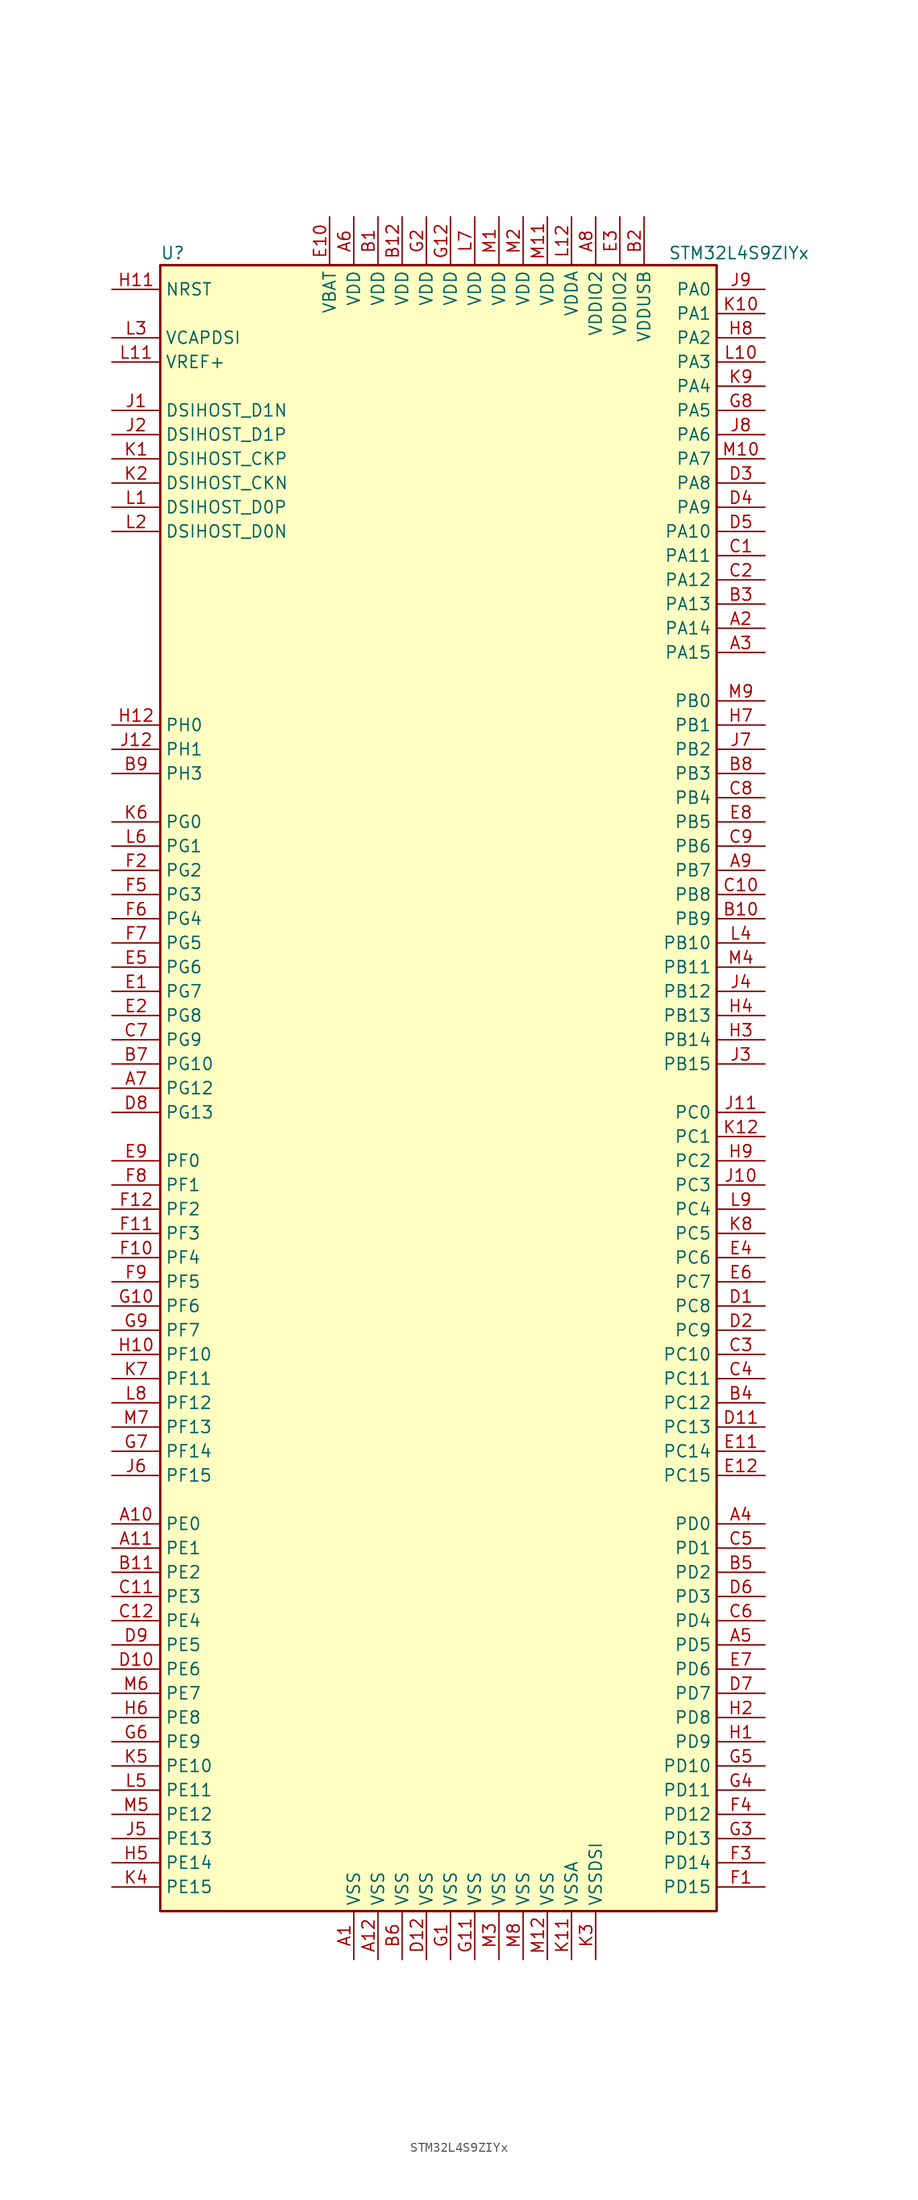
<source format=kicad_sym>
(kicad_symbol_lib
  (version 20201005)
  (generator kicad_symbol_editor)
  (symbol "STM32L4S9ZIYx"
    (property "Reference" "U"
      (at -30.48 87.63 0)
      (effects (font (size 1.27 1.27)) (justify left)))
    (property "Value" "STM32L4S9ZIYx"
      (at 22.86 87.63 0)
      (effects (font (size 1.27 1.27)) (justify left)))
    (symbol "STM32L4S9ZIYx_0_1"
      (rectangle (start -30.48 -86.36) (end 27.94 86.36) (stroke (width 0.254)) (fill (type background))))
    (symbol "STM32L4S9ZIYx_1_1"
      (pin power_in line (at -10.16 -91.44 90) (length 5.08) (name "VSS" (effects (font (size 1.27 1.27)))) (number "A1" (effects (font (size 1.27 1.27)))))
      (pin bidirectional line (at -35.56 -45.72 0) (length 5.08) (name "PE0" (effects (font (size 1.27 1.27)))) (number "A10" (effects (font (size 1.27 1.27)))))
      (pin bidirectional line (at -35.56 -48.26 0) (length 5.08) (name "PE1" (effects (font (size 1.27 1.27)))) (number "A11" (effects (font (size 1.27 1.27)))))
      (pin power_in line (at -7.62 -91.44 90) (length 5.08) (name "VSS" (effects (font (size 1.27 1.27)))) (number "A12" (effects (font (size 1.27 1.27)))))
      (pin bidirectional line (at 33.02 48.26 180) (length 5.08) (name "PA14" (effects (font (size 1.27 1.27)))) (number "A2" (effects (font (size 1.27 1.27)))))
      (pin bidirectional line (at 33.02 45.72 180) (length 5.08) (name "PA15" (effects (font (size 1.27 1.27)))) (number "A3" (effects (font (size 1.27 1.27)))))
      (pin bidirectional line (at 33.02 -45.72 180) (length 5.08) (name "PD0" (effects (font (size 1.27 1.27)))) (number "A4" (effects (font (size 1.27 1.27)))))
      (pin bidirectional line (at 33.02 -58.42 180) (length 5.08) (name "PD5" (effects (font (size 1.27 1.27)))) (number "A5" (effects (font (size 1.27 1.27)))))
      (pin power_in line (at -10.16 91.44 270) (length 5.08) (name "VDD" (effects (font (size 1.27 1.27)))) (number "A6" (effects (font (size 1.27 1.27)))))
      (pin bidirectional line (at -35.56 0 0) (length 5.08) (name "PG12" (effects (font (size 1.27 1.27)))) (number "A7" (effects (font (size 1.27 1.27)))))
      (pin power_in line (at 15.24 91.44 270) (length 5.08) (name "VDDIO2" (effects (font (size 1.27 1.27)))) (number "A8" (effects (font (size 1.27 1.27)))))
      (pin bidirectional line (at 33.02 22.86 180) (length 5.08) (name "PB7" (effects (font (size 1.27 1.27)))) (number "A9" (effects (font (size 1.27 1.27)))))
      (pin power_in line (at -7.62 91.44 270) (length 5.08) (name "VDD" (effects (font (size 1.27 1.27)))) (number "B1" (effects (font (size 1.27 1.27)))))
      (pin bidirectional line (at 33.02 17.78 180) (length 5.08) (name "PB9" (effects (font (size 1.27 1.27)))) (number "B10" (effects (font (size 1.27 1.27)))))
      (pin bidirectional line (at -35.56 -50.8 0) (length 5.08) (name "PE2" (effects (font (size 1.27 1.27)))) (number "B11" (effects (font (size 1.27 1.27)))))
      (pin power_in line (at -5.08 91.44 270) (length 5.08) (name "VDD" (effects (font (size 1.27 1.27)))) (number "B12" (effects (font (size 1.27 1.27)))))
      (pin power_in line (at 20.32 91.44 270) (length 5.08) (name "VDDUSB" (effects (font (size 1.27 1.27)))) (number "B2" (effects (font (size 1.27 1.27)))))
      (pin bidirectional line (at 33.02 50.8 180) (length 5.08) (name "PA13" (effects (font (size 1.27 1.27)))) (number "B3" (effects (font (size 1.27 1.27)))))
      (pin bidirectional line (at 33.02 -33.02 180) (length 5.08) (name "PC12" (effects (font (size 1.27 1.27)))) (number "B4" (effects (font (size 1.27 1.27)))))
      (pin bidirectional line (at 33.02 -50.8 180) (length 5.08) (name "PD2" (effects (font (size 1.27 1.27)))) (number "B5" (effects (font (size 1.27 1.27)))))
      (pin power_in line (at -5.08 -91.44 90) (length 5.08) (name "VSS" (effects (font (size 1.27 1.27)))) (number "B6" (effects (font (size 1.27 1.27)))))
      (pin bidirectional line (at -35.56 2.54 0) (length 5.08) (name "PG10" (effects (font (size 1.27 1.27)))) (number "B7" (effects (font (size 1.27 1.27)))))
      (pin bidirectional line (at 33.02 33.02 180) (length 5.08) (name "PB3" (effects (font (size 1.27 1.27)))) (number "B8" (effects (font (size 1.27 1.27)))))
      (pin bidirectional line (at -35.56 33.02 0) (length 5.08) (name "PH3" (effects (font (size 1.27 1.27)))) (number "B9" (effects (font (size 1.27 1.27)))))
      (pin bidirectional line (at 33.02 55.88 180) (length 5.08) (name "PA11" (effects (font (size 1.27 1.27)))) (number "C1" (effects (font (size 1.27 1.27)))))
      (pin bidirectional line (at 33.02 20.32 180) (length 5.08) (name "PB8" (effects (font (size 1.27 1.27)))) (number "C10" (effects (font (size 1.27 1.27)))))
      (pin bidirectional line (at -35.56 -53.34 0) (length 5.08) (name "PE3" (effects (font (size 1.27 1.27)))) (number "C11" (effects (font (size 1.27 1.27)))))
      (pin bidirectional line (at -35.56 -55.88 0) (length 5.08) (name "PE4" (effects (font (size 1.27 1.27)))) (number "C12" (effects (font (size 1.27 1.27)))))
      (pin bidirectional line (at 33.02 53.34 180) (length 5.08) (name "PA12" (effects (font (size 1.27 1.27)))) (number "C2" (effects (font (size 1.27 1.27)))))
      (pin bidirectional line (at 33.02 -27.94 180) (length 5.08) (name "PC10" (effects (font (size 1.27 1.27)))) (number "C3" (effects (font (size 1.27 1.27)))))
      (pin bidirectional line (at 33.02 -30.48 180) (length 5.08) (name "PC11" (effects (font (size 1.27 1.27)))) (number "C4" (effects (font (size 1.27 1.27)))))
      (pin bidirectional line (at 33.02 -48.26 180) (length 5.08) (name "PD1" (effects (font (size 1.27 1.27)))) (number "C5" (effects (font (size 1.27 1.27)))))
      (pin bidirectional line (at 33.02 -55.88 180) (length 5.08) (name "PD4" (effects (font (size 1.27 1.27)))) (number "C6" (effects (font (size 1.27 1.27)))))
      (pin bidirectional line (at -35.56 5.08 0) (length 5.08) (name "PG9" (effects (font (size 1.27 1.27)))) (number "C7" (effects (font (size 1.27 1.27)))))
      (pin bidirectional line (at 33.02 30.48 180) (length 5.08) (name "PB4" (effects (font (size 1.27 1.27)))) (number "C8" (effects (font (size 1.27 1.27)))))
      (pin bidirectional line (at 33.02 25.4 180) (length 5.08) (name "PB6" (effects (font (size 1.27 1.27)))) (number "C9" (effects (font (size 1.27 1.27)))))
      (pin bidirectional line (at 33.02 -22.86 180) (length 5.08) (name "PC8" (effects (font (size 1.27 1.27)))) (number "D1" (effects (font (size 1.27 1.27)))))
      (pin bidirectional line (at -35.56 -60.96 0) (length 5.08) (name "PE6" (effects (font (size 1.27 1.27)))) (number "D10" (effects (font (size 1.27 1.27)))))
      (pin bidirectional line (at 33.02 -35.56 180) (length 5.08) (name "PC13" (effects (font (size 1.27 1.27)))) (number "D11" (effects (font (size 1.27 1.27)))))
      (pin power_in line (at -2.54 -91.44 90) (length 5.08) (name "VSS" (effects (font (size 1.27 1.27)))) (number "D12" (effects (font (size 1.27 1.27)))))
      (pin bidirectional line (at 33.02 -25.4 180) (length 5.08) (name "PC9" (effects (font (size 1.27 1.27)))) (number "D2" (effects (font (size 1.27 1.27)))))
      (pin bidirectional line (at 33.02 63.5 180) (length 5.08) (name "PA8" (effects (font (size 1.27 1.27)))) (number "D3" (effects (font (size 1.27 1.27)))))
      (pin bidirectional line (at 33.02 60.96 180) (length 5.08) (name "PA9" (effects (font (size 1.27 1.27)))) (number "D4" (effects (font (size 1.27 1.27)))))
      (pin bidirectional line (at 33.02 58.42 180) (length 5.08) (name "PA10" (effects (font (size 1.27 1.27)))) (number "D5" (effects (font (size 1.27 1.27)))))
      (pin bidirectional line (at 33.02 -53.34 180) (length 5.08) (name "PD3" (effects (font (size 1.27 1.27)))) (number "D6" (effects (font (size 1.27 1.27)))))
      (pin bidirectional line (at 33.02 -63.5 180) (length 5.08) (name "PD7" (effects (font (size 1.27 1.27)))) (number "D7" (effects (font (size 1.27 1.27)))))
      (pin bidirectional line (at -35.56 -2.54 0) (length 5.08) (name "PG13" (effects (font (size 1.27 1.27)))) (number "D8" (effects (font (size 1.27 1.27)))))
      (pin bidirectional line (at -35.56 -58.42 0) (length 5.08) (name "PE5" (effects (font (size 1.27 1.27)))) (number "D9" (effects (font (size 1.27 1.27)))))
      (pin bidirectional line (at -35.56 10.16 0) (length 5.08) (name "PG7" (effects (font (size 1.27 1.27)))) (number "E1" (effects (font (size 1.27 1.27)))))
      (pin power_in line (at -12.7 91.44 270) (length 5.08) (name "VBAT" (effects (font (size 1.27 1.27)))) (number "E10" (effects (font (size 1.27 1.27)))))
      (pin bidirectional line (at 33.02 -38.1 180) (length 5.08) (name "PC14" (effects (font (size 1.27 1.27)))) (number "E11" (effects (font (size 1.27 1.27)))))
      (pin bidirectional line (at 33.02 -40.64 180) (length 5.08) (name "PC15" (effects (font (size 1.27 1.27)))) (number "E12" (effects (font (size 1.27 1.27)))))
      (pin bidirectional line (at -35.56 7.62 0) (length 5.08) (name "PG8" (effects (font (size 1.27 1.27)))) (number "E2" (effects (font (size 1.27 1.27)))))
      (pin power_in line (at 17.78 91.44 270) (length 5.08) (name "VDDIO2" (effects (font (size 1.27 1.27)))) (number "E3" (effects (font (size 1.27 1.27)))))
      (pin bidirectional line (at 33.02 -17.78 180) (length 5.08) (name "PC6" (effects (font (size 1.27 1.27)))) (number "E4" (effects (font (size 1.27 1.27)))))
      (pin bidirectional line (at -35.56 12.7 0) (length 5.08) (name "PG6" (effects (font (size 1.27 1.27)))) (number "E5" (effects (font (size 1.27 1.27)))))
      (pin bidirectional line (at 33.02 -20.32 180) (length 5.08) (name "PC7" (effects (font (size 1.27 1.27)))) (number "E6" (effects (font (size 1.27 1.27)))))
      (pin bidirectional line (at 33.02 -60.96 180) (length 5.08) (name "PD6" (effects (font (size 1.27 1.27)))) (number "E7" (effects (font (size 1.27 1.27)))))
      (pin bidirectional line (at 33.02 27.94 180) (length 5.08) (name "PB5" (effects (font (size 1.27 1.27)))) (number "E8" (effects (font (size 1.27 1.27)))))
      (pin bidirectional line (at -35.56 -7.62 0) (length 5.08) (name "PF0" (effects (font (size 1.27 1.27)))) (number "E9" (effects (font (size 1.27 1.27)))))
      (pin bidirectional line (at 33.02 -83.82 180) (length 5.08) (name "PD15" (effects (font (size 1.27 1.27)))) (number "F1" (effects (font (size 1.27 1.27)))))
      (pin bidirectional line (at -35.56 -17.78 0) (length 5.08) (name "PF4" (effects (font (size 1.27 1.27)))) (number "F10" (effects (font (size 1.27 1.27)))))
      (pin bidirectional line (at -35.56 -15.24 0) (length 5.08) (name "PF3" (effects (font (size 1.27 1.27)))) (number "F11" (effects (font (size 1.27 1.27)))))
      (pin bidirectional line (at -35.56 -12.7 0) (length 5.08) (name "PF2" (effects (font (size 1.27 1.27)))) (number "F12" (effects (font (size 1.27 1.27)))))
      (pin bidirectional line (at -35.56 22.86 0) (length 5.08) (name "PG2" (effects (font (size 1.27 1.27)))) (number "F2" (effects (font (size 1.27 1.27)))))
      (pin bidirectional line (at 33.02 -81.28 180) (length 5.08) (name "PD14" (effects (font (size 1.27 1.27)))) (number "F3" (effects (font (size 1.27 1.27)))))
      (pin bidirectional line (at 33.02 -76.2 180) (length 5.08) (name "PD12" (effects (font (size 1.27 1.27)))) (number "F4" (effects (font (size 1.27 1.27)))))
      (pin bidirectional line (at -35.56 20.32 0) (length 5.08) (name "PG3" (effects (font (size 1.27 1.27)))) (number "F5" (effects (font (size 1.27 1.27)))))
      (pin bidirectional line (at -35.56 17.78 0) (length 5.08) (name "PG4" (effects (font (size 1.27 1.27)))) (number "F6" (effects (font (size 1.27 1.27)))))
      (pin bidirectional line (at -35.56 15.24 0) (length 5.08) (name "PG5" (effects (font (size 1.27 1.27)))) (number "F7" (effects (font (size 1.27 1.27)))))
      (pin bidirectional line (at -35.56 -10.16 0) (length 5.08) (name "PF1" (effects (font (size 1.27 1.27)))) (number "F8" (effects (font (size 1.27 1.27)))))
      (pin bidirectional line (at -35.56 -20.32 0) (length 5.08) (name "PF5" (effects (font (size 1.27 1.27)))) (number "F9" (effects (font (size 1.27 1.27)))))
      (pin power_in line (at 0 -91.44 90) (length 5.08) (name "VSS" (effects (font (size 1.27 1.27)))) (number "G1" (effects (font (size 1.27 1.27)))))
      (pin bidirectional line (at -35.56 -22.86 0) (length 5.08) (name "PF6" (effects (font (size 1.27 1.27)))) (number "G10" (effects (font (size 1.27 1.27)))))
      (pin power_in line (at 2.54 -91.44 90) (length 5.08) (name "VSS" (effects (font (size 1.27 1.27)))) (number "G11" (effects (font (size 1.27 1.27)))))
      (pin power_in line (at 0 91.44 270) (length 5.08) (name "VDD" (effects (font (size 1.27 1.27)))) (number "G12" (effects (font (size 1.27 1.27)))))
      (pin power_in line (at -2.54 91.44 270) (length 5.08) (name "VDD" (effects (font (size 1.27 1.27)))) (number "G2" (effects (font (size 1.27 1.27)))))
      (pin bidirectional line (at 33.02 -78.74 180) (length 5.08) (name "PD13" (effects (font (size 1.27 1.27)))) (number "G3" (effects (font (size 1.27 1.27)))))
      (pin bidirectional line (at 33.02 -73.66 180) (length 5.08) (name "PD11" (effects (font (size 1.27 1.27)))) (number "G4" (effects (font (size 1.27 1.27)))))
      (pin bidirectional line (at 33.02 -71.12 180) (length 5.08) (name "PD10" (effects (font (size 1.27 1.27)))) (number "G5" (effects (font (size 1.27 1.27)))))
      (pin bidirectional line (at -35.56 -68.58 0) (length 5.08) (name "PE9" (effects (font (size 1.27 1.27)))) (number "G6" (effects (font (size 1.27 1.27)))))
      (pin bidirectional line (at -35.56 -38.1 0) (length 5.08) (name "PF14" (effects (font (size 1.27 1.27)))) (number "G7" (effects (font (size 1.27 1.27)))))
      (pin bidirectional line (at 33.02 71.12 180) (length 5.08) (name "PA5" (effects (font (size 1.27 1.27)))) (number "G8" (effects (font (size 1.27 1.27)))))
      (pin bidirectional line (at -35.56 -25.4 0) (length 5.08) (name "PF7" (effects (font (size 1.27 1.27)))) (number "G9" (effects (font (size 1.27 1.27)))))
      (pin bidirectional line (at 33.02 -68.58 180) (length 5.08) (name "PD9" (effects (font (size 1.27 1.27)))) (number "H1" (effects (font (size 1.27 1.27)))))
      (pin bidirectional line (at -35.56 -27.94 0) (length 5.08) (name "PF10" (effects (font (size 1.27 1.27)))) (number "H10" (effects (font (size 1.27 1.27)))))
      (pin input line (at -35.56 83.82 0) (length 5.08) (name "NRST" (effects (font (size 1.27 1.27)))) (number "H11" (effects (font (size 1.27 1.27)))))
      (pin input line (at -35.56 38.1 0) (length 5.08) (name "PH0" (effects (font (size 1.27 1.27)))) (number "H12" (effects (font (size 1.27 1.27)))))
      (pin bidirectional line (at 33.02 -66.04 180) (length 5.08) (name "PD8" (effects (font (size 1.27 1.27)))) (number "H2" (effects (font (size 1.27 1.27)))))
      (pin bidirectional line (at 33.02 5.08 180) (length 5.08) (name "PB14" (effects (font (size 1.27 1.27)))) (number "H3" (effects (font (size 1.27 1.27)))))
      (pin bidirectional line (at 33.02 7.62 180) (length 5.08) (name "PB13" (effects (font (size 1.27 1.27)))) (number "H4" (effects (font (size 1.27 1.27)))))
      (pin bidirectional line (at -35.56 -81.28 0) (length 5.08) (name "PE14" (effects (font (size 1.27 1.27)))) (number "H5" (effects (font (size 1.27 1.27)))))
      (pin bidirectional line (at -35.56 -66.04 0) (length 5.08) (name "PE8" (effects (font (size 1.27 1.27)))) (number "H6" (effects (font (size 1.27 1.27)))))
      (pin bidirectional line (at 33.02 38.1 180) (length 5.08) (name "PB1" (effects (font (size 1.27 1.27)))) (number "H7" (effects (font (size 1.27 1.27)))))
      (pin bidirectional line (at 33.02 78.74 180) (length 5.08) (name "PA2" (effects (font (size 1.27 1.27)))) (number "H8" (effects (font (size 1.27 1.27)))))
      (pin bidirectional line (at 33.02 -7.62 180) (length 5.08) (name "PC2" (effects (font (size 1.27 1.27)))) (number "H9" (effects (font (size 1.27 1.27)))))
      (pin bidirectional line (at -35.56 71.12 0) (length 5.08) (name "DSIHOST_D1N" (effects (font (size 1.27 1.27)))) (number "J1" (effects (font (size 1.27 1.27)))))
      (pin bidirectional line (at 33.02 -10.16 180) (length 5.08) (name "PC3" (effects (font (size 1.27 1.27)))) (number "J10" (effects (font (size 1.27 1.27)))))
      (pin bidirectional line (at 33.02 -2.54 180) (length 5.08) (name "PC0" (effects (font (size 1.27 1.27)))) (number "J11" (effects (font (size 1.27 1.27)))))
      (pin input line (at -35.56 35.56 0) (length 5.08) (name "PH1" (effects (font (size 1.27 1.27)))) (number "J12" (effects (font (size 1.27 1.27)))))
      (pin bidirectional line (at -35.56 68.58 0) (length 5.08) (name "DSIHOST_D1P" (effects (font (size 1.27 1.27)))) (number "J2" (effects (font (size 1.27 1.27)))))
      (pin bidirectional line (at 33.02 2.54 180) (length 5.08) (name "PB15" (effects (font (size 1.27 1.27)))) (number "J3" (effects (font (size 1.27 1.27)))))
      (pin bidirectional line (at 33.02 10.16 180) (length 5.08) (name "PB12" (effects (font (size 1.27 1.27)))) (number "J4" (effects (font (size 1.27 1.27)))))
      (pin bidirectional line (at -35.56 -78.74 0) (length 5.08) (name "PE13" (effects (font (size 1.27 1.27)))) (number "J5" (effects (font (size 1.27 1.27)))))
      (pin bidirectional line (at -35.56 -40.64 0) (length 5.08) (name "PF15" (effects (font (size 1.27 1.27)))) (number "J6" (effects (font (size 1.27 1.27)))))
      (pin bidirectional line (at 33.02 35.56 180) (length 5.08) (name "PB2" (effects (font (size 1.27 1.27)))) (number "J7" (effects (font (size 1.27 1.27)))))
      (pin bidirectional line (at 33.02 68.58 180) (length 5.08) (name "PA6" (effects (font (size 1.27 1.27)))) (number "J8" (effects (font (size 1.27 1.27)))))
      (pin bidirectional line (at 33.02 83.82 180) (length 5.08) (name "PA0" (effects (font (size 1.27 1.27)))) (number "J9" (effects (font (size 1.27 1.27)))))
      (pin bidirectional line (at -35.56 66.04 0) (length 5.08) (name "DSIHOST_CKP" (effects (font (size 1.27 1.27)))) (number "K1" (effects (font (size 1.27 1.27)))))
      (pin bidirectional line (at 33.02 81.28 180) (length 5.08) (name "PA1" (effects (font (size 1.27 1.27)))) (number "K10" (effects (font (size 1.27 1.27)))))
      (pin power_in line (at 12.7 -91.44 90) (length 5.08) (name "VSSA" (effects (font (size 1.27 1.27)))) (number "K11" (effects (font (size 1.27 1.27)))))
      (pin bidirectional line (at 33.02 -5.08 180) (length 5.08) (name "PC1" (effects (font (size 1.27 1.27)))) (number "K12" (effects (font (size 1.27 1.27)))))
      (pin bidirectional line (at -35.56 63.5 0) (length 5.08) (name "DSIHOST_CKN" (effects (font (size 1.27 1.27)))) (number "K2" (effects (font (size 1.27 1.27)))))
      (pin power_in line (at 15.24 -91.44 90) (length 5.08) (name "VSSDSI" (effects (font (size 1.27 1.27)))) (number "K3" (effects (font (size 1.27 1.27)))))
      (pin bidirectional line (at -35.56 -83.82 0) (length 5.08) (name "PE15" (effects (font (size 1.27 1.27)))) (number "K4" (effects (font (size 1.27 1.27)))))
      (pin bidirectional line (at -35.56 -71.12 0) (length 5.08) (name "PE10" (effects (font (size 1.27 1.27)))) (number "K5" (effects (font (size 1.27 1.27)))))
      (pin bidirectional line (at -35.56 27.94 0) (length 5.08) (name "PG0" (effects (font (size 1.27 1.27)))) (number "K6" (effects (font (size 1.27 1.27)))))
      (pin bidirectional line (at -35.56 -30.48 0) (length 5.08) (name "PF11" (effects (font (size 1.27 1.27)))) (number "K7" (effects (font (size 1.27 1.27)))))
      (pin bidirectional line (at 33.02 -15.24 180) (length 5.08) (name "PC5" (effects (font (size 1.27 1.27)))) (number "K8" (effects (font (size 1.27 1.27)))))
      (pin bidirectional line (at 33.02 73.66 180) (length 5.08) (name "PA4" (effects (font (size 1.27 1.27)))) (number "K9" (effects (font (size 1.27 1.27)))))
      (pin bidirectional line (at -35.56 60.96 0) (length 5.08) (name "DSIHOST_D0P" (effects (font (size 1.27 1.27)))) (number "L1" (effects (font (size 1.27 1.27)))))
      (pin bidirectional line (at 33.02 76.2 180) (length 5.08) (name "PA3" (effects (font (size 1.27 1.27)))) (number "L10" (effects (font (size 1.27 1.27)))))
      (pin bidirectional line (at -35.56 76.2 0) (length 5.08) (name "VREF+" (effects (font (size 1.27 1.27)))) (number "L11" (effects (font (size 1.27 1.27)))))
      (pin power_in line (at 12.7 91.44 270) (length 5.08) (name "VDDA" (effects (font (size 1.27 1.27)))) (number "L12" (effects (font (size 1.27 1.27)))))
      (pin bidirectional line (at -35.56 58.42 0) (length 5.08) (name "DSIHOST_D0N" (effects (font (size 1.27 1.27)))) (number "L2" (effects (font (size 1.27 1.27)))))
      (pin power_in line (at -35.56 78.74 0) (length 5.08) (name "VCAPDSI" (effects (font (size 1.27 1.27)))) (number "L3" (effects (font (size 1.27 1.27)))))
      (pin bidirectional line (at 33.02 15.24 180) (length 5.08) (name "PB10" (effects (font (size 1.27 1.27)))) (number "L4" (effects (font (size 1.27 1.27)))))
      (pin bidirectional line (at -35.56 -73.66 0) (length 5.08) (name "PE11" (effects (font (size 1.27 1.27)))) (number "L5" (effects (font (size 1.27 1.27)))))
      (pin bidirectional line (at -35.56 25.4 0) (length 5.08) (name "PG1" (effects (font (size 1.27 1.27)))) (number "L6" (effects (font (size 1.27 1.27)))))
      (pin power_in line (at 2.54 91.44 270) (length 5.08) (name "VDD" (effects (font (size 1.27 1.27)))) (number "L7" (effects (font (size 1.27 1.27)))))
      (pin bidirectional line (at -35.56 -33.02 0) (length 5.08) (name "PF12" (effects (font (size 1.27 1.27)))) (number "L8" (effects (font (size 1.27 1.27)))))
      (pin bidirectional line (at 33.02 -12.7 180) (length 5.08) (name "PC4" (effects (font (size 1.27 1.27)))) (number "L9" (effects (font (size 1.27 1.27)))))
      (pin power_in line (at 5.08 91.44 270) (length 5.08) (name "VDD" (effects (font (size 1.27 1.27)))) (number "M1" (effects (font (size 1.27 1.27)))))
      (pin bidirectional line (at 33.02 66.04 180) (length 5.08) (name "PA7" (effects (font (size 1.27 1.27)))) (number "M10" (effects (font (size 1.27 1.27)))))
      (pin power_in line (at 10.16 91.44 270) (length 5.08) (name "VDD" (effects (font (size 1.27 1.27)))) (number "M11" (effects (font (size 1.27 1.27)))))
      (pin power_in line (at 10.16 -91.44 90) (length 5.08) (name "VSS" (effects (font (size 1.27 1.27)))) (number "M12" (effects (font (size 1.27 1.27)))))
      (pin power_in line (at 7.62 91.44 270) (length 5.08) (name "VDD" (effects (font (size 1.27 1.27)))) (number "M2" (effects (font (size 1.27 1.27)))))
      (pin power_in line (at 5.08 -91.44 90) (length 5.08) (name "VSS" (effects (font (size 1.27 1.27)))) (number "M3" (effects (font (size 1.27 1.27)))))
      (pin bidirectional line (at 33.02 12.7 180) (length 5.08) (name "PB11" (effects (font (size 1.27 1.27)))) (number "M4" (effects (font (size 1.27 1.27)))))
      (pin bidirectional line (at -35.56 -76.2 0) (length 5.08) (name "PE12" (effects (font (size 1.27 1.27)))) (number "M5" (effects (font (size 1.27 1.27)))))
      (pin bidirectional line (at -35.56 -63.5 0) (length 5.08) (name "PE7" (effects (font (size 1.27 1.27)))) (number "M6" (effects (font (size 1.27 1.27)))))
      (pin bidirectional line (at -35.56 -35.56 0) (length 5.08) (name "PF13" (effects (font (size 1.27 1.27)))) (number "M7" (effects (font (size 1.27 1.27)))))
      (pin power_in line (at 7.62 -91.44 90) (length 5.08) (name "VSS" (effects (font (size 1.27 1.27)))) (number "M8" (effects (font (size 1.27 1.27)))))
      (pin bidirectional line (at 33.02 40.64 180) (length 5.08) (name "PB0" (effects (font (size 1.27 1.27)))) (number "M9" (effects (font (size 1.27 1.27))))))))
</source>
